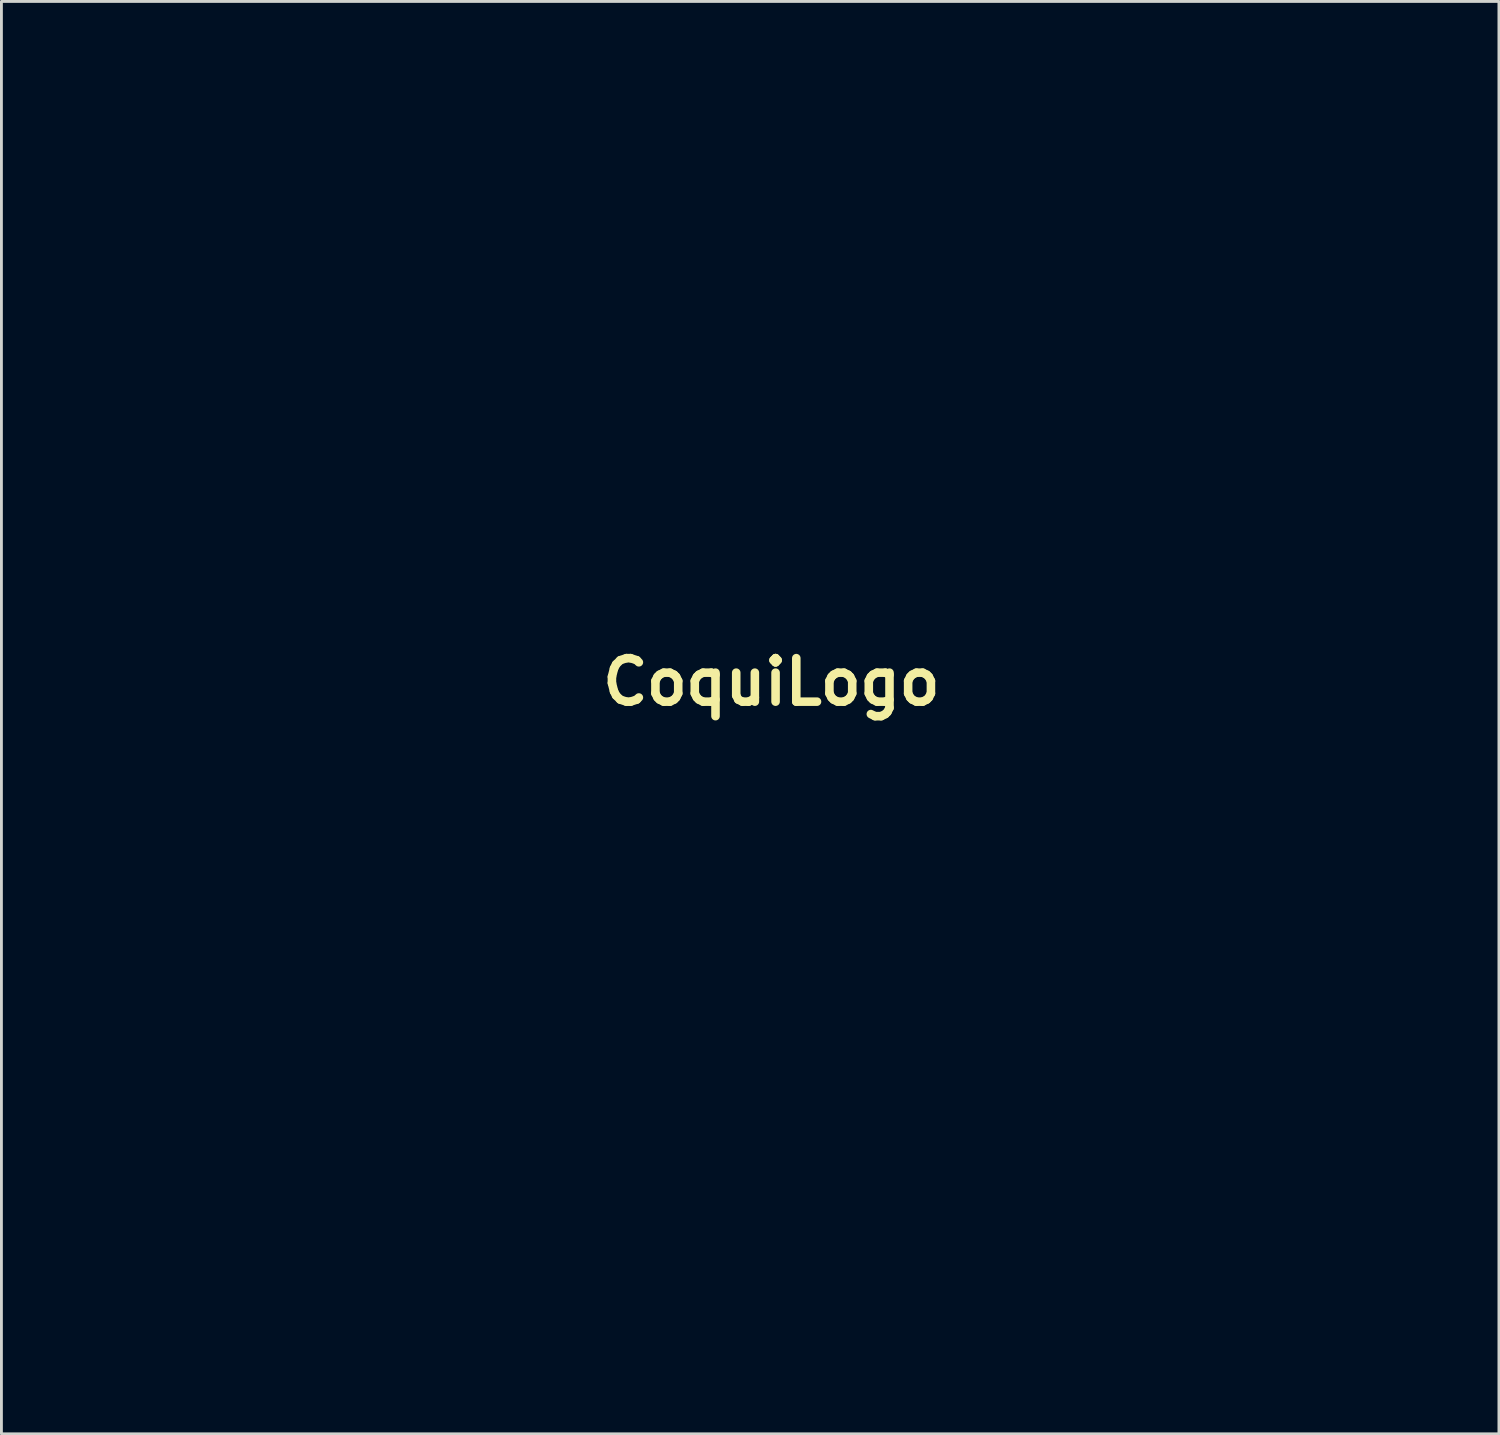
<source format=kicad_pcb>
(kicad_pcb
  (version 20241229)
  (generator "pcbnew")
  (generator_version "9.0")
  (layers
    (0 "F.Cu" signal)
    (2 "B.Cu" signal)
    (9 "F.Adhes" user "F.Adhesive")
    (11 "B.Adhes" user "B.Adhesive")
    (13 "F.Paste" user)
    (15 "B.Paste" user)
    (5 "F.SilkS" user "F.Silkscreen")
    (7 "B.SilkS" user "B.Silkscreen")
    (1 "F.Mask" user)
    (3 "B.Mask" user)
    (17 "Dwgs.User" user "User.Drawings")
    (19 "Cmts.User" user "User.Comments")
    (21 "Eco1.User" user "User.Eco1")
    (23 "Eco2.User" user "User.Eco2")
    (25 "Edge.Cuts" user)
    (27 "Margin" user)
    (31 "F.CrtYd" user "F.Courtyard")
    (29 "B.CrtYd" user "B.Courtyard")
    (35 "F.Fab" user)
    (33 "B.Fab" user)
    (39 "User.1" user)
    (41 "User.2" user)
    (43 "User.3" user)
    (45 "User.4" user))
  (footprint "CoquiLogo"
    (layer "F.Cu")
    (at 23.977 20.843)
    (property "Reference" "CoquiLogo" (at 0 0 0) (layer "F.SilkS") (effects (font (size 1.524 1.524) (thickness 0.3))))
    (attr through_hole)
    (fp_poly (pts (xy 7.546 -12.605) (xy 7.49 -12.328) (xy 7.209 -11.667) (xy 6.735 -10.676) (xy 6.096 -9.41) (xy 5.323 -7.925) (xy 4.445 -6.276) (xy 3.492 -4.518) (xy 2.494 -2.707) (xy 1.481 -0.896) (xy 0.481 0.857) (xy -0.474 2.499) (xy -1.356 3.973) (xy -1.672 4.49) (xy -2.518 5.846) (xy -3.393 7.223) (xy -4.252 8.555) (xy -5.05 9.773) (xy -5.744 10.812) (xy -6.289 11.603) (xy -6.642 12.081) (xy -6.752 12.192) (xy -6.858 12.069) (xy -6.734 11.69) (xy -6.383 10.928) (xy -5.836 9.839) (xy -5.123 8.477) (xy -4.275 6.897) (xy -3.322 5.154) (xy -2.295 3.303) (xy -1.225 1.399) (xy -0.142 -0.503) (xy 0.922 -2.347) (xy 1.938 -4.08) (xy 2.875 -5.645) (xy 3.701 -6.989) (xy 4.185 -7.747) (xy 5.218 -9.333) (xy 6.008 -10.542) (xy 6.591 -11.421) (xy 6.999 -12.019) (xy 7.267 -12.386) (xy 7.427 -12.57) (xy 7.515 -12.619) (xy 7.546 -12.605)) (stroke (width 0.01) (type solid)) (fill no) (layer "Eco2.User"))
    (fp_poly (pts (xy -5.853 -20.616) (xy -5.108 -20.121) (xy -4.565 -19.422) (xy -4.302 -18.589) (xy -4.401 -17.692) (xy -4.783 -16.989) (xy -5.183 -16.387) (xy -5.416 -15.923) (xy -5.485 -15.649) (xy -5.331 -15.663) (xy -4.863 -15.976) (xy -4.848 -15.986) (xy -3.802 -16.466) (xy -2.752 -16.463) (xy -1.789 -15.987) (xy -1.478 -15.699) (xy -0.959 -15.204) (xy -0.6 -15.059) (xy -0.297 -15.183) (xy 1.573 -16.317) (xy 3.613 -17.269) (xy 5.686 -17.988) (xy 7.655 -18.427) (xy 9.074 -18.542) (xy 10.143 -18.489) (xy 10.92 -18.277) (xy 11.501 -17.825) (xy 11.98 -17.052) (xy 12.454 -15.878) (xy 12.55 -15.606) (xy 13.32 -12.86) (xy 13.67 -10.174) (xy 13.692 -8.549) (xy 13.638 -6.478) (xy 14.585 -6.324) (xy 15.654 -5.952) (xy 16.335 -5.256) (xy 16.617 -4.25) (xy 16.624 -4.07) (xy 16.687 -3.332) (xy 16.847 -3.09) (xy 17.103 -3.348) (xy 17.356 -3.873) (xy 17.873 -4.772) (xy 18.58 -5.284) (xy 19.497 -5.51) (xy 20.251 -5.528) (xy 20.862 -5.279) (xy 21.285 -4.957) (xy 21.838 -4.389) (xy 22.065 -3.781) (xy 22.098 -3.209) (xy 21.961 -2.16) (xy 21.5 -1.403) (xy 20.637 -0.835) (xy 20.206 -0.654) (xy 19.498 -0.324) (xy 19.116 -0.033) (xy 19.094 0.159) (xy 19.468 0.192) (xy 19.748 0.145) (xy 20.654 0.185) (xy 21.482 0.62) (xy 22.127 1.338) (xy 22.483 2.227) (xy 22.476 3.06) (xy 22.037 4.009) (xy 21.268 4.653) (xy 20.284 4.939) (xy 19.194 4.815) (xy 18.928 4.717) (xy 18.052 4.465) (xy 17.042 4.327) (xy 16.766 4.318) (xy 16.215 4.343) (xy 15.726 4.453) (xy 15.192 4.701) (xy 14.51 5.139) (xy 13.575 5.82) (xy 13.124 6.16) (xy 12.18 6.889) (xy 11.404 7.517) (xy 10.877 7.978) (xy 10.679 8.204) (xy 10.679 8.205) (xy 10.883 8.423) (xy 11.38 8.656) (xy 12.106 9.141) (xy 12.676 9.929) (xy 12.951 10.817) (xy 12.958 10.961) (xy 13.023 11.315) (xy 13.148 11.288) (xy 13.928 10.561) (xy 14.901 10.217) (xy 15.924 10.27) (xy 16.852 10.736) (xy 17.038 10.902) (xy 17.652 11.82) (xy 17.775 12.811) (xy 17.406 13.816) (xy 17.122 14.205) (xy 16.632 14.696) (xy 16.111 14.925) (xy 15.333 14.986) (xy 15.232 14.986) (xy 14.339 15.044) (xy 13.905 15.21) (xy 13.946 15.47) (xy 14.332 15.738) (xy 14.908 16.224) (xy 15.212 16.677) (xy 15.489 17.793) (xy 15.314 18.801) (xy 14.736 19.609) (xy 13.804 20.127) (xy 13.29 20.24) (xy 12.602 20.287) (xy 12.1 20.145) (xy 11.564 19.73) (xy 11.327 19.504) (xy 10.553 18.891) (xy 9.695 18.404) (xy 9.419 18.295) (xy 8.707 18.109) (xy 8.151 18.152) (xy 7.464 18.449) (xy 7.447 18.458) (xy 5.097 19.65) (xy 3.157 20.628) (xy 1.583 21.411) (xy 0.334 22.02) (xy -0.631 22.474) (xy -1.355 22.793) (xy -1.878 22.998) (xy -2.159 23.087) (xy -3.184 23.269) (xy -4.38 23.337) (xy -5.54 23.292) (xy -6.457 23.134) (xy -6.604 23.085) (xy -7.466 22.512) (xy -8.007 21.652) (xy -8.192 20.641) (xy -7.985 19.613) (xy -7.677 19.073) (xy -7.125 18.326) (xy -7.944 18.155) (xy -8.923 17.821) (xy -9.995 17.264) (xy -10.926 16.615) (xy -11.279 16.282) (xy -11.792 15.831) (xy -12.104 15.815) (xy -12.192 16.149) (xy -12.361 16.571) (xy -12.782 17.131) (xy -12.934 17.292) (xy -13.816 17.874) (xy -14.777 18.004) (xy -15.758 17.717) (xy -16.699 17.049) (xy -17.538 16.035) (xy -18.214 14.71) (xy -18.438 14.064) (xy -18.55 13.483) (xy -18.676 12.493) (xy -18.808 11.192) (xy -18.937 9.678) (xy -19.058 8.05) (xy -19.162 6.407) (xy -19.242 4.845) (xy -19.291 3.464) (xy -19.302 2.718) (xy -19.514 2.049) (xy -20.049 1.331) (xy -20.759 0.706) (xy -21.497 0.317) (xy -21.851 0.255) (xy -22.768 0.03) (xy -23.471 -0.567) (xy -23.894 -1.419) (xy -23.945 -2.067) (xy -22.86 -2.067) (xy -22.639 -1.595) (xy -22.102 -1.196) (xy -21.437 -1.007) (xy -21.381 -1.005) (xy -20.689 -0.778) (xy -19.77 -0.127) (xy -19.397 0.201) (xy -18.093 1.397) (xy -17.825 7.182) (xy -17.734 9.077) (xy -17.651 10.542) (xy -17.567 11.654) (xy -17.472 12.49) (xy -17.357 13.129) (xy -17.211 13.647) (xy -17.027 14.121) (xy -16.939 14.317) (xy -16.241 15.571) (xy -15.502 16.393) (xy -14.755 16.751) (xy -14.588 16.764) (xy -14.122 16.684) (xy -13.765 16.382) (xy -13.451 15.767) (xy -13.112 14.745) (xy -13.108 14.732) (xy -12.817 13.843) (xy -12.518 13.073) (xy -12.362 12.747) (xy -12.145 12.405) (xy -11.994 12.403) (xy -11.821 12.798) (xy -11.694 13.178) (xy -10.953 14.635) (xy -9.804 15.828) (xy -8.766 16.481) (xy -7.999 16.816) (xy -7.29 16.974) (xy -6.418 16.992) (xy -5.819 16.957) (xy -4.076 16.833) (xy -4.86 17.823) (xy -5.508 18.599) (xy -6.184 19.347) (xy -6.378 19.547) (xy -6.942 20.234) (xy -7.059 20.789) (xy -6.731 21.318) (xy -6.413 21.596) (xy -5.953 21.896) (xy -5.434 22.046) (xy -4.692 22.079) (xy -3.98 22.049) (xy -3.395 22.004) (xy -2.854 21.921) (xy -2.282 21.769) (xy -1.607 21.521) (xy -0.754 21.146) (xy 0.35 20.615) (xy 1.779 19.9) (xy 3.033 19.263) (xy 8.31 16.573) (xy 9.898 17.123) (xy 11.091 17.644) (xy 11.873 18.224) (xy 11.987 18.362) (xy 12.591 18.893) (xy 13.245 19.039) (xy 13.816 18.828) (xy 14.17 18.289) (xy 14.224 17.887) (xy 14.004 17.214) (xy 13.416 16.799) (xy 12.704 16.714) (xy 12.034 16.647) (xy 11.194 16.414) (xy 10.887 16.295) (xy 9.779 15.822) (xy 12.074 14.667) (xy 13.338 14.068) (xy 14.25 13.73) (xy 14.882 13.627) (xy 15.06 13.644) (xy 15.835 13.6) (xy 16.352 13.187) (xy 16.51 12.593) (xy 16.33 11.88) (xy 15.865 11.505) (xy 15.229 11.49) (xy 14.533 11.855) (xy 14.224 12.156) (xy 13.726 12.556) (xy 12.919 13.034) (xy 11.962 13.514) (xy 11.016 13.92) (xy 10.24 14.175) (xy 9.916 14.224) (xy 9.842 14.036) (xy 9.986 13.562) (xy 10.284 12.938) (xy 10.67 12.298) (xy 11.079 11.778) (xy 11.113 11.744) (xy 11.583 11.15) (xy 11.62 10.647) (xy 11.264 10.117) (xy 10.653 9.721) (xy 10.039 9.746) (xy 9.54 10.115) (xy 9.273 10.756) (xy 9.293 11.349) (xy 9.298 12.018) (xy 9.04 12.858) (xy 8.705 13.578) (xy 7.964 15.043) (xy 5.062 16.159) (xy 3.582 16.725) (xy 2.537 17.114) (xy 1.887 17.333) (xy 1.596 17.391) (xy 1.622 17.297) (xy 1.93 17.058) (xy 2.412 16.727) (xy 3.222 16.128) (xy 4.197 15.325) (xy 5.147 14.478) (xy 5.281 14.351) (xy 6.368 13.173) (xy 6.977 12.164) (xy 7.108 11.318) (xy 6.76 10.631) (xy 5.935 10.1) (xy 5.188 9.847) (xy 4.526 9.645) (xy 4.278 9.468) (xy 4.363 9.24) (xy 4.434 9.156) (xy 4.716 8.744) (xy 4.896 8.431) (xy 6.447 8.431) (xy 6.491 8.757) (xy 6.699 8.938) (xy 7.242 9.34) (xy 7.433 9.53) (xy 7.833 9.861) (xy 8.179 9.743) (xy 8.387 9.519) (xy 8.592 9.238) (xy 8.562 9.04) (xy 8.217 8.831) (xy 7.562 8.551) (xy 6.836 8.324) (xy 6.469 8.401) (xy 6.447 8.431) (xy 4.896 8.431) (xy 5.132 8.019) (xy 5.599 7.128) (xy 5.664 6.997) (xy 6.538 5.231) (xy 6.946 6.02) (xy 7.611 7.038) (xy 8.291 7.552) (xy 8.647 7.62) (xy 9.012 7.472) (xy 9.693 7.066) (xy 10.604 6.457) (xy 11.663 5.698) (xy 12.151 5.334) (xy 13.322 4.453) (xy 14.179 3.833) (xy 14.812 3.429) (xy 15.31 3.195) (xy 15.765 3.084) (xy 16.264 3.05) (xy 16.611 3.048) (xy 17.609 3.118) (xy 18.558 3.297) (xy 18.962 3.429) (xy 19.801 3.73) (xy 20.346 3.757) (xy 20.742 3.494) (xy 20.967 3.192) (xy 21.184 2.518) (xy 21.021 1.917) (xy 20.592 1.493) (xy 20.009 1.349) (xy 19.384 1.586) (xy 19.29 1.664) (xy 18.86 1.928) (xy 18.264 2.007) (xy 17.495 1.949) (xy 16.727 1.835) (xy 16.188 1.714) (xy 16.045 1.652) (xy 16.122 1.401) (xy 16.503 0.917) (xy 17.099 0.287) (xy 17.816 -0.405) (xy 18.565 -1.073) (xy 19.253 -1.63) (xy 19.791 -1.993) (xy 20.019 -2.083) (xy 20.621 -2.363) (xy 20.896 -2.917) (xy 20.781 -3.588) (xy 20.668 -3.781) (xy 20.108 -4.234) (xy 19.465 -4.3) (xy 18.896 -4.022) (xy 18.56 -3.445) (xy 18.528 -3.188) (xy 18.302 -2.737) (xy 17.654 -2.054) (xy 16.602 -1.155) (xy 16.458 -1.04) (xy 14.402 0.586) (xy 14.537 -1.092) (xy 14.694 -2.221) (xy 14.941 -2.979) (xy 15.083 -3.181) (xy 15.455 -3.78) (xy 15.337 -4.387) (xy 14.986 -4.826) (xy 14.503 -5.236) (xy 14.102 -5.277) (xy 13.558 -4.966) (xy 13.519 -4.939) (xy 13.086 -4.442) (xy 12.962 -3.882) (xy 13.183 -3.448) (xy 13.228 -3.417) (xy 13.351 -3.216) (xy 13.392 -2.77) (xy 13.347 -2.011) (xy 13.215 -0.874) (xy 13.046 0.329) (xy 12.941 0.806) (xy 12.728 1.205) (xy 12.322 1.617) (xy 11.637 2.133) (xy 10.848 2.671) (xy 9.968 3.251) (xy 9.264 3.699) (xy 8.829 3.955) (xy 8.734 3.993) (xy 8.619 3.746) (xy 8.381 3.17) (xy 8.181 2.667) (xy 7.899 1.806) (xy 7.885 1.549) (xy 9.144 1.549) (xy 9.163 1.87) (xy 9.284 1.985) (xy 9.601 1.877) (xy 10.208 1.528) (xy 10.638 1.264) (xy 11.365 0.778) (xy 11.757 0.363) (xy 11.933 -0.138) (xy 11.982 -0.516) (xy 12.002 -1.131) (xy 11.935 -1.45) (xy 11.894 -1.463) (xy 11.49 -1.194) (xy 10.917 -0.669) (xy 10.284 -0.009) (xy 9.704 0.665) (xy 9.288 1.23) (xy 9.144 1.549) (xy 7.885 1.549) (xy 7.861 1.12) (xy 8.108 0.484) (xy 8.685 -0.23) (xy 9.405 -0.936) (xy 10.686 -2.386) (xy 11.614 -3.97) (xy 12.059 -5.296) (xy 12.153 -5.857) (xy 12.054 -6.044) (xy 11.723 -5.981) (xy 11.378 -5.948) (xy 11.146 -6.194) (xy 10.931 -6.824) (xy 10.908 -6.909) (xy 10.769 -7.772) (xy 10.743 -8.765) (xy 10.821 -9.716) (xy 10.991 -10.454) (xy 11.158 -10.752) (xy 11.547 -10.83) (xy 11.806 -10.672) (xy 12.16 -10.455) (xy 12.339 -10.577) (xy 12.356 -11.085) (xy 12.221 -12.028) (xy 12.19 -12.205) (xy 11.863 -13.644) (xy 11.438 -14.996) (xy 10.963 -16.134) (xy 10.485 -16.93) (xy 10.36 -17.072) (xy 9.872 -17.364) (xy 9.153 -17.452) (xy 8.143 -17.33) (xy 6.782 -16.992) (xy 5.527 -16.604) (xy 4.376 -16.203) (xy 3.686 -15.895) (xy 3.427 -15.657) (xy 3.565 -15.465) (xy 3.806 -15.368) (xy 4.222 -15.155) (xy 4.241 -14.853) (xy 3.848 -14.394) (xy 3.526 -14.11) (xy 2.174 -13.178) (xy 0.795 -12.662) (xy 0.572 -12.616) (xy 0.007 -12.55) (xy -0.219 -12.7) (xy -0.254 -13.012) (xy -0.291 -13.287) (xy -0.457 -13.293) (xy -0.834 -12.994) (xy -1.292 -12.561) (xy -2.503 -11.112) (xy -3.234 -9.562) (xy -3.425 -8.751) (xy -3.675 -7.686) (xy -4.028 -6.742) (xy -4.428 -6.049) (xy -4.799 -5.739) (xy -5.3 -5.629) (xy -6.049 -5.495) (xy -6.287 -5.457) (xy -7.366 -5.289) (xy -7.364 -6.645) (xy -7.33 -7.744) (xy -7.295 -8.237) (xy -6.096 -8.237) (xy -6.062 -7.404) (xy -5.941 -6.977) (xy -5.71 -6.858) (xy -5.325 -7.068) (xy -5.088 -7.429) (xy -4.918 -7.956) (xy -4.728 -8.706) (xy -4.552 -9.523) (xy -4.421 -10.248) (xy -4.369 -10.723) (xy -4.384 -10.819) (xy -4.61 -10.727) (xy -5.083 -10.404) (xy -5.278 -10.255) (xy -5.76 -9.825) (xy -6.004 -9.388) (xy -6.088 -8.746) (xy -6.096 -8.237) (xy -7.295 -8.237) (xy -7.248 -8.896) (xy -7.209 -9.272) (xy -7.104 -9.943) (xy -6.918 -10.424) (xy -6.553 -10.852) (xy -5.911 -11.365) (xy -5.497 -11.667) (xy -4.63 -12.241) (xy -3.817 -12.695) (xy -3.227 -12.935) (xy -3.199 -12.941) (xy -2.424 -13.268) (xy -2.092 -13.82) (xy -2.222 -14.565) (xy -2.231 -14.585) (xy -2.613 -15.087) (xy -3.24 -15.239) (xy -3.309 -15.24) (xy -3.915 -15.137) (xy -4.29 -14.73) (xy -4.416 -14.46) (xy -4.752 -13.979) (xy -5.335 -13.391) (xy -6.021 -12.817) (xy -6.666 -12.378) (xy -7.125 -12.193) (xy -7.136 -12.193) (xy -7.199 -12.417) (xy -7.153 -13.012) (xy -7.024 -13.858) (xy -6.837 -14.836) (xy -6.615 -15.824) (xy -6.383 -16.705) (xy -6.167 -17.358) (xy -6.013 -17.646) (xy -5.62 -18.302) (xy -5.673 -18.923) (xy -6.114 -19.383) (xy -6.868 -19.558) (xy -7.504 -19.345) (xy -7.887 -18.822) (xy -7.915 -18.163) (xy -7.815 -17.92) (xy -7.729 -17.535) (xy -7.794 -16.892) (xy -8.024 -15.909) (xy -8.269 -15.044) (xy -8.981 -12.632) (xy -9.932 -13.745) (xy -10.499 -14.481) (xy -10.748 -15.034) (xy -10.745 -15.551) (xy -10.744 -15.557) (xy -10.781 -16.334) (xy -11.188 -16.855) (xy -11.791 -17.018) (xy -12.481 -16.824) (xy -12.874 -16.342) (xy -12.936 -15.719) (xy -12.63 -15.102) (xy -12.32 -14.836) (xy -11.866 -14.408) (xy -11.294 -13.693) (xy -10.753 -12.884) (xy -9.819 -11.347) (xy -10.249 -8.15) (xy -10.414 -6.876) (xy -10.548 -5.739) (xy -10.64 -4.857) (xy -10.674 -4.352) (xy -10.674 -4.338) (xy -10.462 -3.518) (xy -9.845 -3.004) (xy -8.827 -2.798) (xy -8.62 -2.794) (xy -7.412 -2.794) (xy -8.653 -0.953) (xy -9.215 -0.08) (xy -9.646 0.661) (xy -9.878 1.152) (xy -9.9 1.249) (xy -10.047 1.283) (xy -10.417 0.988) (xy -10.748 0.635) (xy -11.589 -0.086) (xy -12.443 -0.37) (xy -13.232 -0.208) (xy -13.74 0.221) (xy -14.202 1.045) (xy -14.611 2.257) (xy -14.936 3.739) (xy -15.147 5.371) (xy -15.178 5.785) (xy -15.25 6.73) (xy -15.326 7.429) (xy -15.392 7.772) (xy -15.412 7.787) (xy -15.498 7.503) (xy -15.638 6.835) (xy -15.813 5.901) (xy -16.003 4.817) (xy -16.188 3.703) (xy -16.347 2.676) (xy -16.46 1.854) (xy -16.508 1.355) (xy -16.508 1.33) (xy -16.352 0.726) (xy -15.947 -0.063) (xy -15.396 -0.894) (xy -14.799 -1.62) (xy -14.398 -1.974) (xy -12.17 -1.974) (xy -11.952 -1.596) (xy -11.367 -1.333) (xy -10.669 -1.119) (xy -10.304 -1.057) (xy -10.124 -1.14) (xy -10.041 -1.257) (xy -10.112 -1.547) (xy -10.387 -1.764) (xy -10.985 -2.171) (xy -11.306 -2.453) (xy -11.661 -2.727) (xy -11.894 -2.61) (xy -11.957 -2.518) (xy -12.17 -1.974) (xy -14.398 -1.974) (xy -14.259 -2.096) (xy -14.051 -2.193) (xy -13.368 -2.564) (xy -13.093 -3.163) (xy -13.274 -3.875) (xy -13.323 -3.954) (xy -13.892 -4.473) (xy -14.532 -4.574) (xy -15.099 -4.302) (xy -15.447 -3.699) (xy -15.494 -3.305) (xy -15.654 -2.701) (xy -16.053 -1.994) (xy -16.213 -1.787) (xy -16.931 -0.926) (xy -17.267 -3.269) (xy -17.42 -4.476) (xy -17.467 -5.27) (xy -17.409 -5.734) (xy -17.311 -5.905) (xy -17.046 -6.477) (xy -17.097 -7.155) (xy -17.385 -7.608) (xy -18.011 -7.837) (xy -18.699 -7.678) (xy -19.216 -7.215) (xy -19.421 -6.783) (xy -19.312 -6.389) (xy -19.073 -6.056) (xy -18.809 -5.584) (xy -18.617 -4.88) (xy -18.474 -3.84) (xy -18.397 -2.94) (xy -18.214 -0.452) (xy -19.267 -1.149) (xy -19.88 -1.634) (xy -20.259 -2.088) (xy -20.32 -2.269) (xy -20.54 -2.888) (xy -21.144 -3.243) (xy -21.632 -3.302) (xy -22.319 -3.078) (xy -22.77 -2.515) (xy -22.86 -2.067) (xy -23.945 -2.067) (xy -23.972 -2.411) (xy -23.783 -3.133) (xy -23.403 -3.798) (xy -22.958 -4.261) (xy -22.898 -4.298) (xy -22.055 -4.535) (xy -21.069 -4.527) (xy -20.282 -4.297) (xy -19.784 -4.119) (xy -19.643 -4.287) (xy -19.865 -4.782) (xy -20.038 -5.041) (xy -20.514 -6.056) (xy -20.577 -7.072) (xy -20.272 -7.987) (xy -19.647 -8.695) (xy -18.746 -9.093) (xy -18.234 -9.144) (xy -17.2 -8.924) (xy -16.396 -8.337) (xy -15.891 -7.497) (xy -15.751 -6.516) (xy -16.04 -5.517) (xy -16.216 -5.157) (xy -16.125 -5.123) (xy -15.689 -5.393) (xy -15.668 -5.407) (xy -14.777 -5.755) (xy -13.809 -5.773) (xy -12.942 -5.484) (xy -12.396 -4.986) (xy -12.251 -4.826) (xy -12.126 -4.88) (xy -12.004 -5.21) (xy -11.866 -5.878) (xy -11.697 -6.943) (xy -11.541 -8.021) (xy -11.108 -11.084) (xy -11.84 -12.209) (xy -12.297 -12.864) (xy -12.669 -13.317) (xy -12.809 -13.435) (xy -13.132 -13.677) (xy -13.597 -14.13) (xy -13.635 -14.171) (xy -14.148 -15.035) (xy -14.27 -15.986) (xy -14.046 -16.904) (xy -13.522 -17.67) (xy -12.746 -18.166) (xy -12.037 -18.288) (xy -10.958 -18.134) (xy -10.154 -17.619) (xy -9.639 -16.938) (xy -9.372 -16.529) (xy -9.207 -16.405) (xy -9.126 -16.622) (xy -9.11 -17.236) (xy -9.138 -18.299) (xy -9.14 -18.346) (xy -9.114 -19.167) (xy -8.911 -19.717) (xy -8.49 -20.188) (xy -7.624 -20.719) (xy -6.719 -20.838) (xy -5.853 -20.616)) (stroke (width 0.01) (type solid)) (fill no) (layer "Eco2.User")))
  (gr_rect
    (start -3 -3)
    (end 49.465 47.185)
    (stroke (width 0.1) (type default))
    (fill no)
    (layer "Edge.Cuts")))
</source>
